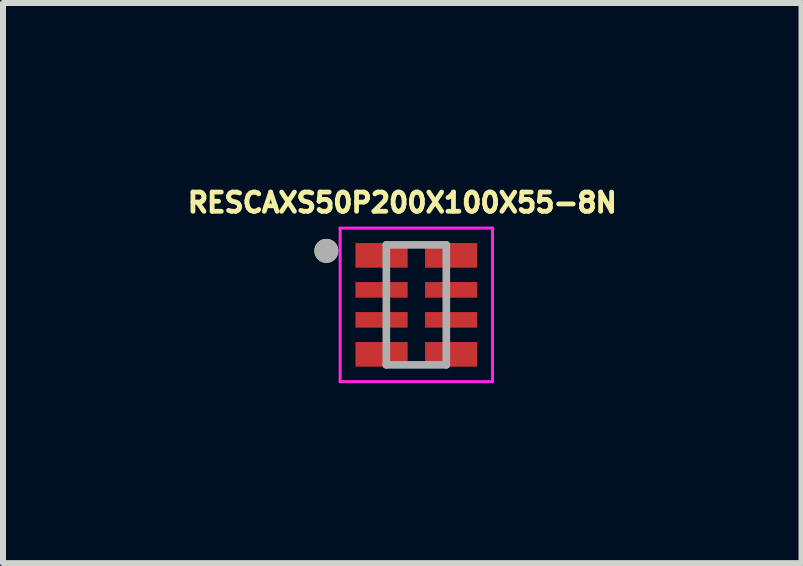
<source format=kicad_pcb>
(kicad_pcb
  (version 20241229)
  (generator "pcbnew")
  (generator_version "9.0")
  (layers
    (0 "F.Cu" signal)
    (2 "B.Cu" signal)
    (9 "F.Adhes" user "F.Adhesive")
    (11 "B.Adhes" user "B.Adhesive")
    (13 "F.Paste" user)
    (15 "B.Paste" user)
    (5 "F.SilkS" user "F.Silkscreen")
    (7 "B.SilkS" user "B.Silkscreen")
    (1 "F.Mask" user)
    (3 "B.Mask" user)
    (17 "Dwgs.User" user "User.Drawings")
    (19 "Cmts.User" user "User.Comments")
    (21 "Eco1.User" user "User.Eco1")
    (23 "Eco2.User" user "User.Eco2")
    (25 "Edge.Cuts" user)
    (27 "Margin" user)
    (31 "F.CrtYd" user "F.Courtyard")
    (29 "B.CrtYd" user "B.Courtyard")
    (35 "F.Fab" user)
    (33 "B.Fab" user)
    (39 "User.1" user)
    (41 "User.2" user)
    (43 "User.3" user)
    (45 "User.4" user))
  (footprint "RESCAXS50P200X100X55-8N"
    (layer "F.Cu")
    (at 3.89 2.032)
    (property "Reference" "RESCAXS50P200X100X55-8N" (at -0.234 -1.704 0) (layer "F.SilkS") (effects (font (size 0.32 0.32) (thickness 0.15))))
    (attr smd)
    (fp_circle (center -1.5 -0.9) (end -1.4 -0.9) (stroke (width 0.2) (type solid)) (fill no) (layer "F.SilkS"))
    (fp_line (start -1.27 -1.28) (end 1.27 -1.28) (stroke (width 0.05) (type solid)) (layer "F.CrtYd"))
    (fp_line (start -1.27 1.28) (end -1.27 -1.28) (stroke (width 0.05) (type solid)) (layer "F.CrtYd"))
    (fp_line (start 1.27 -1.28) (end 1.27 1.28) (stroke (width 0.05) (type solid)) (layer "F.CrtYd"))
    (fp_line (start 1.27 1.28) (end -1.27 1.28) (stroke (width 0.05) (type solid)) (layer "F.CrtYd"))
    (fp_line (start -0.5 -1) (end 0.5 -1) (stroke (width 0.127) (type solid)) (layer "F.Fab"))
    (fp_line (start -0.5 1) (end -0.5 -1) (stroke (width 0.127) (type solid)) (layer "F.Fab"))
    (fp_line (start 0.5 -1) (end 0.5 1) (stroke (width 0.127) (type solid)) (layer "F.Fab"))
    (fp_line (start 0.5 1) (end -0.5 1) (stroke (width 0.127) (type solid)) (layer "F.Fab"))
    (fp_circle (center -1.5 -0.9) (end -1.4 -0.9) (stroke (width 0.2) (type solid)) (fill no) (layer "F.Fab"))
    (pad "1" smd rect (at -0.58 -0.825) (size 0.87 0.41) (layers "F.Cu" "F.Mask" "F.Paste"))
    (pad "2" smd rect (at -0.58 -0.25) (size 0.87 0.26) (layers "F.Cu" "F.Mask" "F.Paste"))
    (pad "3" smd rect (at -0.58 0.25) (size 0.87 0.26) (layers "F.Cu" "F.Mask" "F.Paste"))
    (pad "4" smd rect (at -0.58 0.825) (size 0.87 0.41) (layers "F.Cu" "F.Mask" "F.Paste"))
    (pad "5" smd rect (at 0.58 0.825) (size 0.87 0.41) (layers "F.Cu" "F.Mask" "F.Paste"))
    (pad "6" smd rect (at 0.58 0.25) (size 0.87 0.26) (layers "F.Cu" "F.Mask" "F.Paste"))
    (pad "7" smd rect (at 0.58 -0.25) (size 0.87 0.26) (layers "F.Cu" "F.Mask" "F.Paste"))
    (pad "8" smd rect (at 0.58 -0.825) (size 0.87 0.41) (layers "F.Cu" "F.Mask" "F.Paste")))
  (gr_rect
    (start -3 -3)
    (end 10.311 6.337)
    (stroke (width 0.1) (type default))
    (fill no)
    (layer "Edge.Cuts")))
</source>
